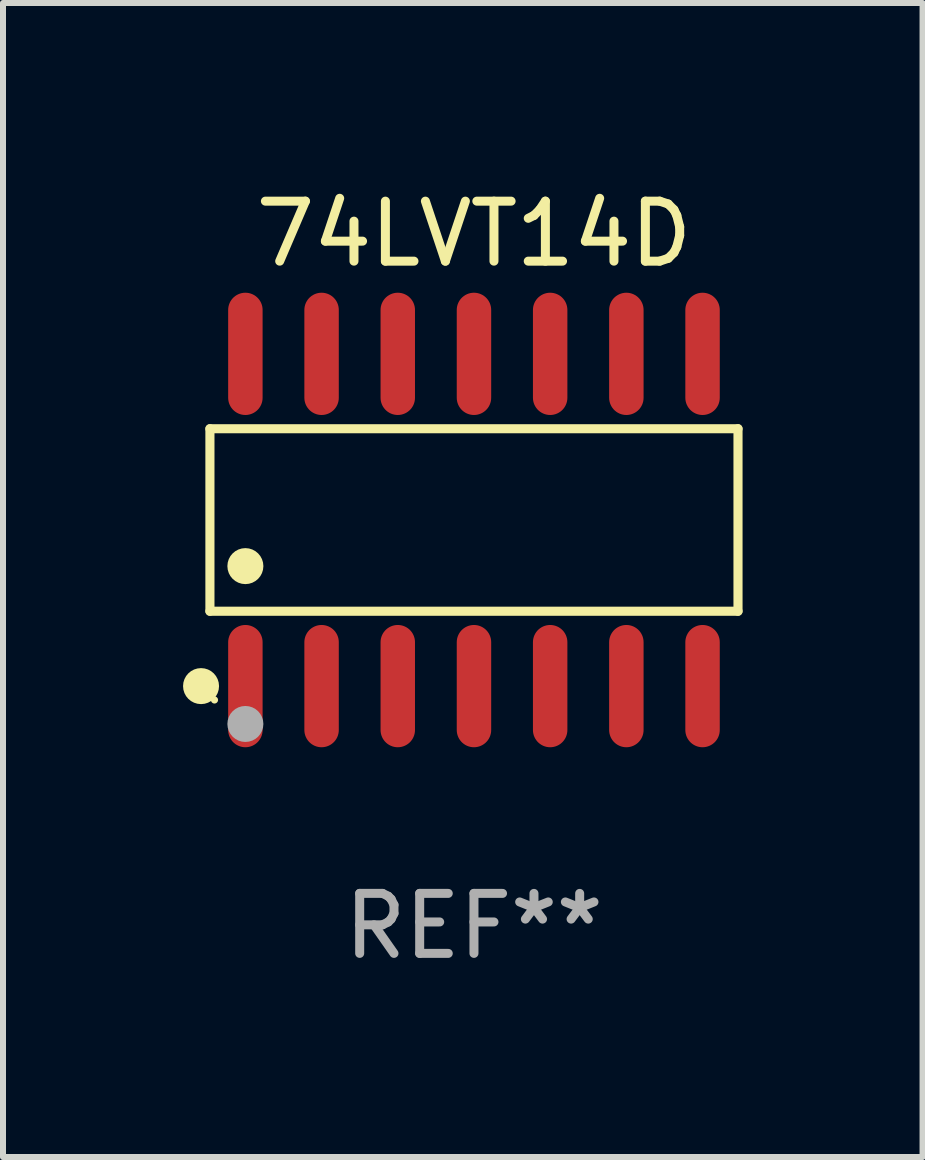
<source format=kicad_pcb>
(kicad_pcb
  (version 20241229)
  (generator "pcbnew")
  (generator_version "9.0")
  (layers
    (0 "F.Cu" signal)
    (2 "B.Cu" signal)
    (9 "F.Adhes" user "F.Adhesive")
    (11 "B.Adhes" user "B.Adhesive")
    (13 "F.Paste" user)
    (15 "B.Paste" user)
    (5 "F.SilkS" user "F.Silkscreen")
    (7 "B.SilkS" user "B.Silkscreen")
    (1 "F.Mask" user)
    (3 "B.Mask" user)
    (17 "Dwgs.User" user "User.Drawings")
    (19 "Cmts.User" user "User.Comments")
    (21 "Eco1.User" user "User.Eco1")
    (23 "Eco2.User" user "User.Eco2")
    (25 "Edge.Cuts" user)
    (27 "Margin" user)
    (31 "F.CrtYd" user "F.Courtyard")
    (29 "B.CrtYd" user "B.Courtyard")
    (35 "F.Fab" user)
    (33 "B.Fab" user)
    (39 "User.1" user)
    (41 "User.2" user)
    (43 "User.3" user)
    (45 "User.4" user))
  (footprint "74LVT14D"
    (layer "F.Cu")
    (at 4.85 5.617)
    (property "Reference" "74LVT14D" (at 0 -4.769 0) (layer "F.SilkS") (effects (font (size 1 1) (thickness 0.15))))
    (attr through_hole)
    (fp_line (start -4.401 -1.521) (end 4.401 -1.521) (stroke (width 0.152) (type solid)) (layer "F.SilkS"))
    (fp_line (start -4.401 1.521) (end -4.401 -1.521) (stroke (width 0.152) (type solid)) (layer "F.SilkS"))
    (fp_line (start 4.401 -1.521) (end 4.401 1.521) (stroke (width 0.152) (type solid)) (layer "F.SilkS"))
    (fp_line (start 4.401 1.521) (end -4.401 1.521) (stroke (width 0.152) (type solid)) (layer "F.SilkS"))
    (fp_circle (center -4.549 2.769) (end -4.399 2.769) (stroke (width 0.3) (type solid)) (fill no) (layer "F.SilkS"))
    (fp_circle (center -4.325 3) (end -4.295 3) (stroke (width 0.06) (type solid)) (fill no) (layer "F.SilkS"))
    (fp_circle (center -3.81 0.769) (end -3.66 0.769) (stroke (width 0.3) (type solid)) (fill no) (layer "F.SilkS"))
    (fp_circle (center -3.81 3.4) (end -3.66 3.4) (stroke (width 0.3) (type solid)) (fill no) (layer "F.Fab"))
    (fp_text user "REF**" (at 0 6.769 0) (layer "F.Fab") (effects (font (size 1 1) (thickness 0.15))))
    (pad "1" smd oval (at -3.81 2.769) (size 0.574 2.038) (layers "F.Cu" "F.Mask" "F.Paste"))
    (pad "2" smd oval (at -2.54 2.769) (size 0.574 2.038) (layers "F.Cu" "F.Mask" "F.Paste"))
    (pad "3" smd oval (at -1.27 2.769) (size 0.574 2.038) (layers "F.Cu" "F.Mask" "F.Paste"))
    (pad "4" smd oval (at 0 2.769) (size 0.574 2.038) (layers "F.Cu" "F.Mask" "F.Paste"))
    (pad "5" smd oval (at 1.27 2.769) (size 0.574 2.038) (layers "F.Cu" "F.Mask" "F.Paste"))
    (pad "6" smd oval (at 2.54 2.769) (size 0.574 2.038) (layers "F.Cu" "F.Mask" "F.Paste"))
    (pad "7" smd oval (at 3.81 2.769) (size 0.574 2.038) (layers "F.Cu" "F.Mask" "F.Paste"))
    (pad "8" smd oval (at 3.81 -2.769) (size 0.574 2.038) (layers "F.Cu" "F.Mask" "F.Paste"))
    (pad "9" smd oval (at 2.54 -2.769) (size 0.574 2.038) (layers "F.Cu" "F.Mask" "F.Paste"))
    (pad "10" smd oval (at 1.27 -2.769) (size 0.574 2.038) (layers "F.Cu" "F.Mask" "F.Paste"))
    (pad "11" smd oval (at 0 -2.769) (size 0.574 2.038) (layers "F.Cu" "F.Mask" "F.Paste"))
    (pad "12" smd oval (at -1.27 -2.769) (size 0.574 2.038) (layers "F.Cu" "F.Mask" "F.Paste"))
    (pad "13" smd oval (at -2.54 -2.769) (size 0.574 2.038) (layers "F.Cu" "F.Mask" "F.Paste"))
    (pad "14" smd oval (at -3.81 -2.769) (size 0.574 2.038) (layers "F.Cu" "F.Mask" "F.Paste")))
  (gr_rect
    (start -3 -3)
    (end 12.327 16.235)
    (stroke (width 0.1) (type default))
    (fill no)
    (layer "Edge.Cuts")))
</source>
